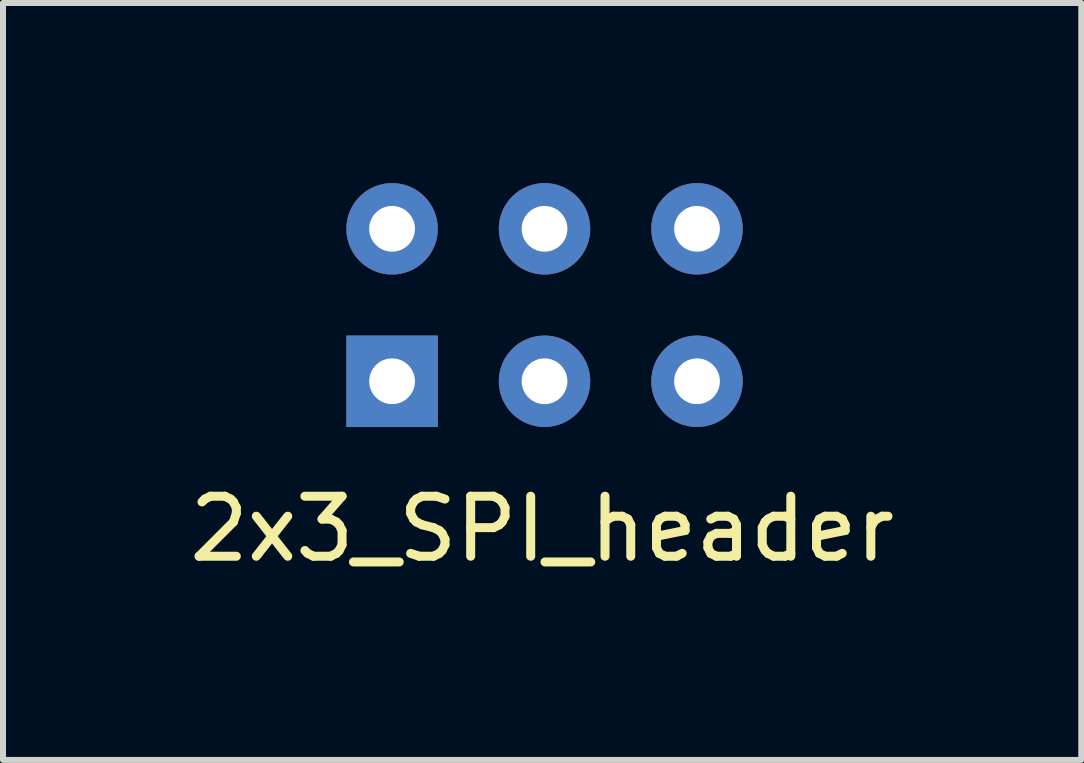
<source format=kicad_pcb>
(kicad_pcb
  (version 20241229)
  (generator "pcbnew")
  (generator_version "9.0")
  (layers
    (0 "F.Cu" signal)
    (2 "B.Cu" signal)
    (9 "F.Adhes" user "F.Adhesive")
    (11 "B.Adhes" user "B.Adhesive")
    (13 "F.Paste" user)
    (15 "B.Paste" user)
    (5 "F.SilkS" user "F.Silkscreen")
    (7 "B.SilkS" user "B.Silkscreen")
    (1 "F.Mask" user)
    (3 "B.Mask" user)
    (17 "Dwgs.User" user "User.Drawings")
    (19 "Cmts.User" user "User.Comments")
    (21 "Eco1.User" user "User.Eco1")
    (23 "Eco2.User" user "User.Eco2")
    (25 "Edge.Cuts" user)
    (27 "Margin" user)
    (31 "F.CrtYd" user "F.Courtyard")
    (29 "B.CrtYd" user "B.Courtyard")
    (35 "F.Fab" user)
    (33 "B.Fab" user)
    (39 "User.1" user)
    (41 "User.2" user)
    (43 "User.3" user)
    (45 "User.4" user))
  (footprint "2x3_SPI_header"
    (layer "F.Cu")
    (at 5.982 1.762)
    (property "Reference" "2x3_SPI_header" (at 0 4 0) (layer "F.SilkS") (effects (font (size 1 1) (thickness 0.15))))
    (attr through_hole)
    (pad "1" thru_hole rect (at -2.5 1.54) (size 1.524 1.524) (drill 0.762) (layers "*.Cu" "*.Mask"))
    (pad "2" thru_hole circle (at -2.5 -1) (size 1.524 1.524) (drill 0.762) (layers "*.Cu" "*.Mask"))
    (pad "3" thru_hole circle (at 0.04 1.54) (size 1.524 1.524) (drill 0.762) (layers "*.Cu" "*.Mask"))
    (pad "4" thru_hole circle (at 0.04 -1) (size 1.524 1.524) (drill 0.762) (layers "*.Cu" "*.Mask"))
    (pad "5" thru_hole circle (at 2.58 1.54) (size 1.524 1.524) (drill 0.762) (layers "*.Cu" "*.Mask"))
    (pad "6" thru_hole circle (at 2.58 -1) (size 1.524 1.524) (drill 0.762) (layers "*.Cu" "*.Mask")))
  (gr_rect
    (start -3 -3)
    (end 14.964 9.61)
    (stroke (width 0.1) (type default))
    (fill no)
    (layer "Edge.Cuts")))
</source>
